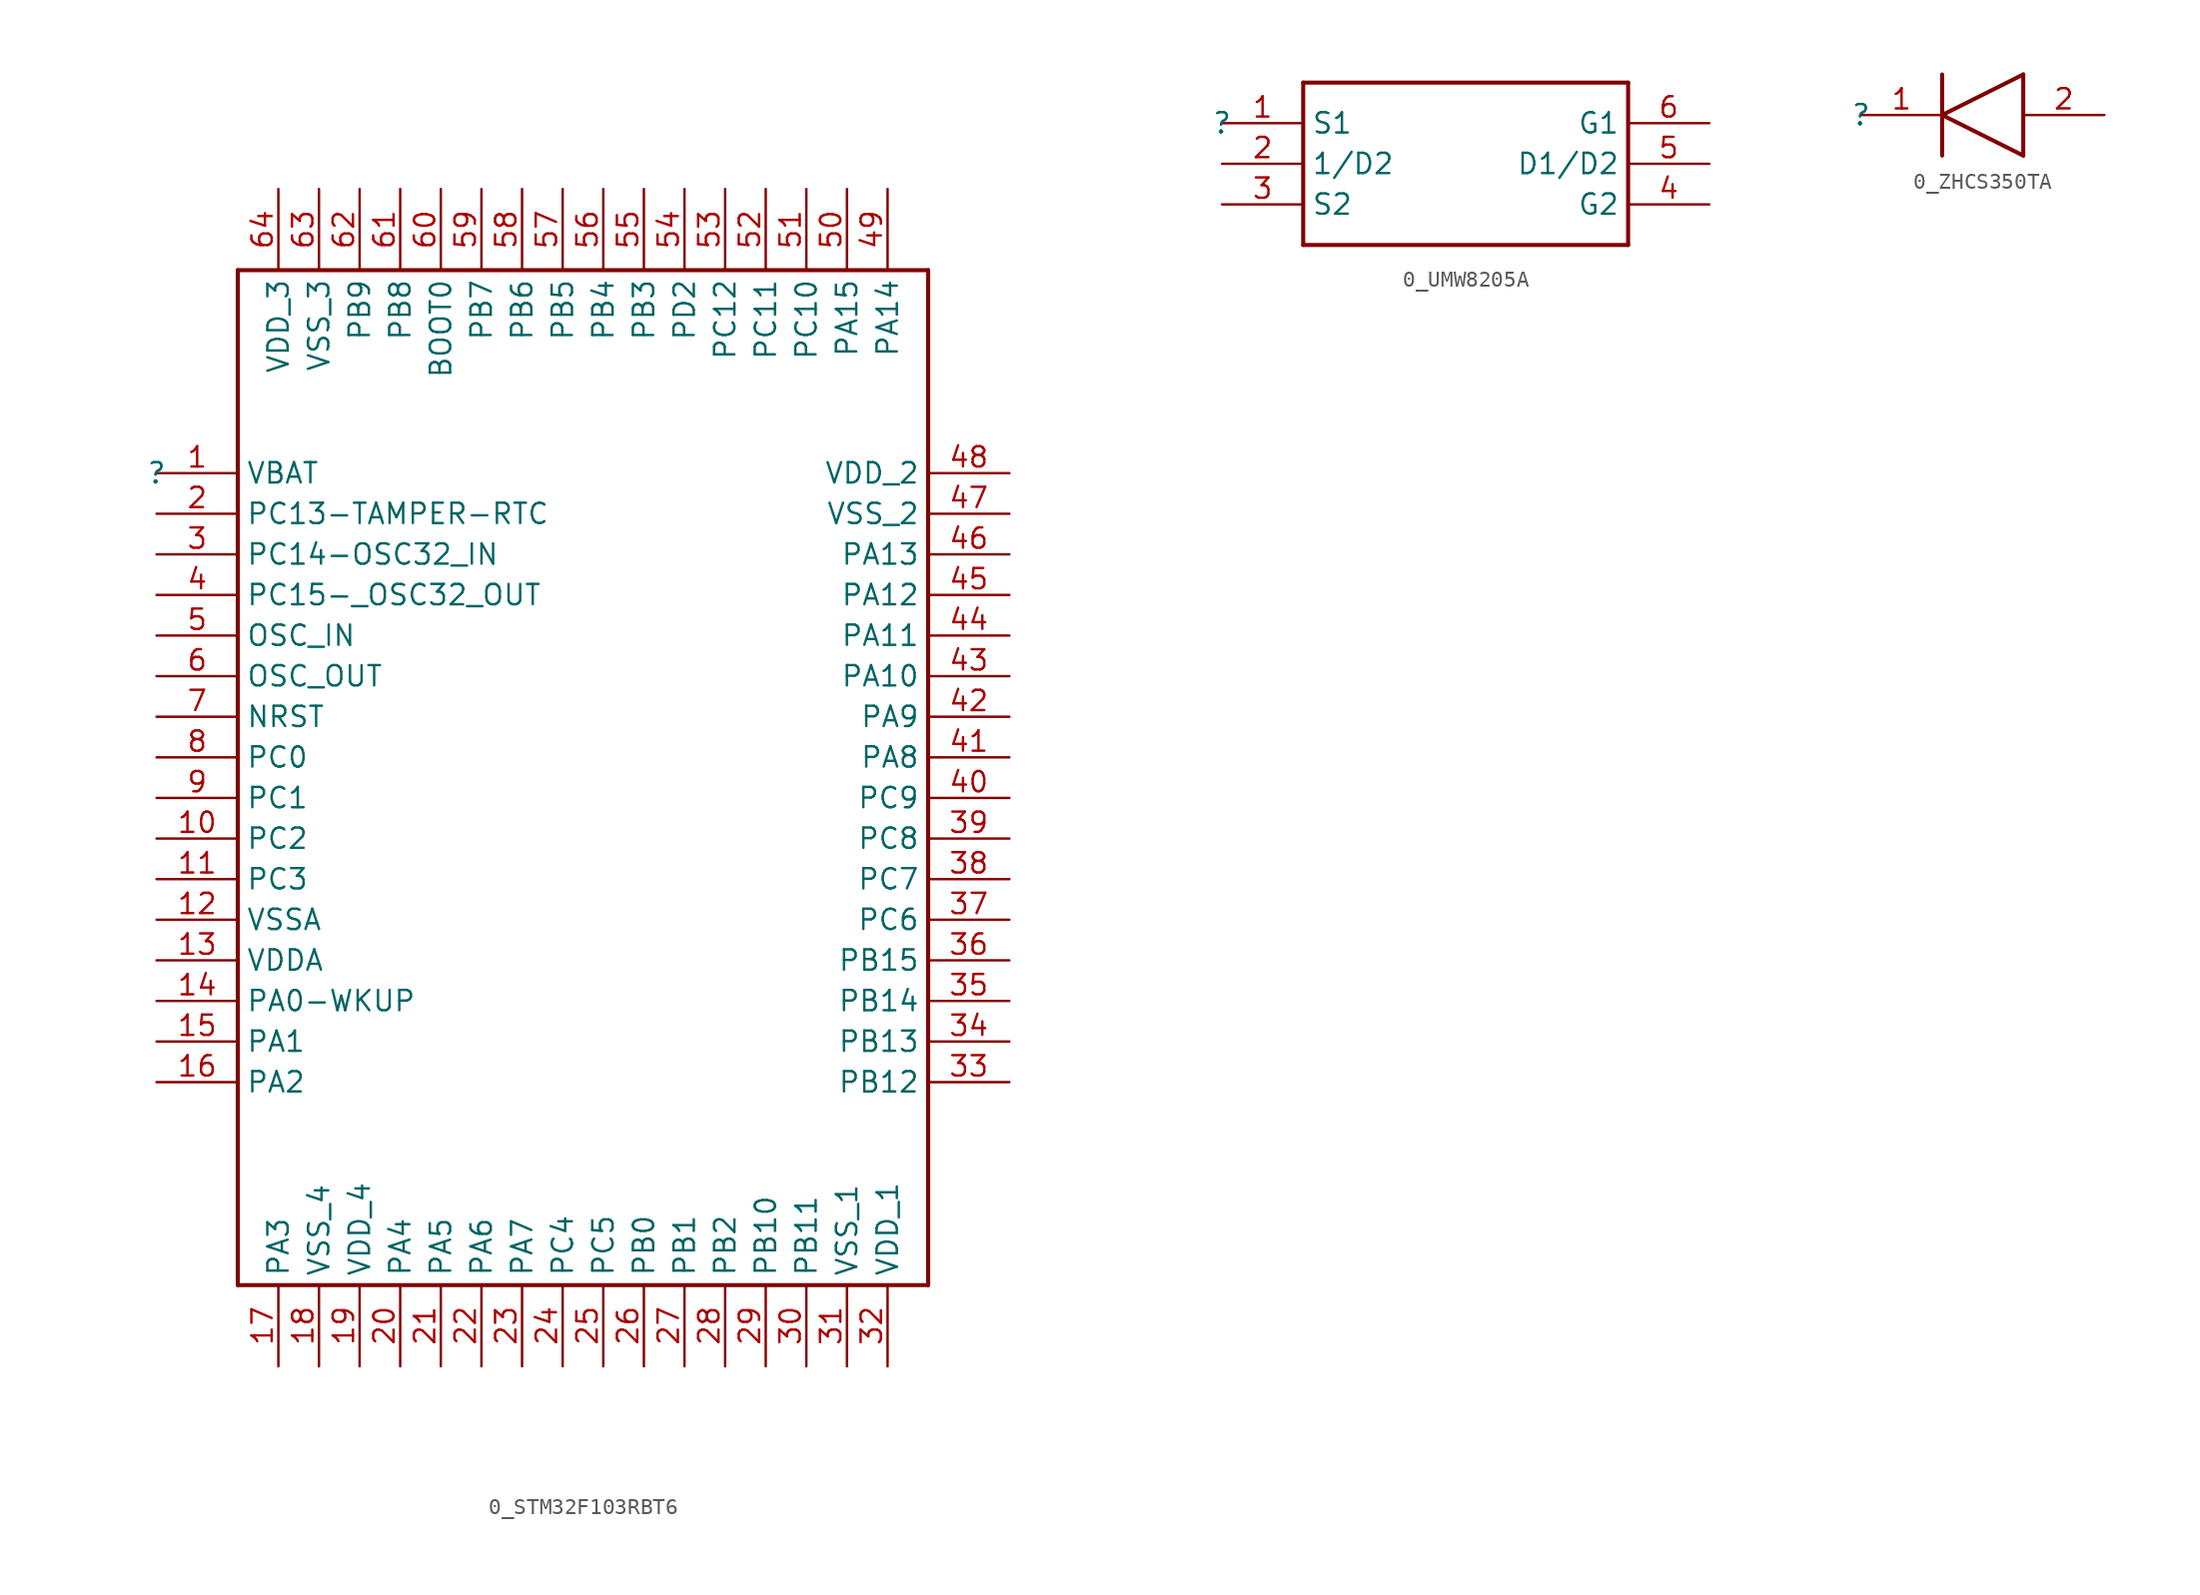
<source format=kicad_sym>
(kicad_symbol_lib
  (version 20220914)
  (generator kicad_symbol_editor)
  (symbol "0_STM32F103RBT6"
    (property "Reference" ""
      (at 0 0 0)
      (effects (font (size 1.27 1.27))))
    (property "Value" ""
      (at 0 0 0)
      (effects (font (size 1.27 1.27))))
    (symbol "0_STM32F103RBT6_1_0"
      (polyline (pts (xy 5.08 -50.8) (xy 5.08 12.7)) (stroke (width 0.254) (type solid) (color 128 0 0 1)) (fill (type none)))
      (polyline (pts (xy 5.08 -50.8) (xy 48.26 -50.8)) (stroke (width 0.254) (type solid) (color 128 0 0 1)) (fill (type none)))
      (polyline (pts (xy 48.26 12.7) (xy 5.08 12.7)) (stroke (width 0.254) (type solid) (color 128 0 0 1)) (fill (type none)))
      (polyline (pts (xy 48.26 12.7) (xy 48.26 -50.8)) (stroke (width 0.254) (type solid) (color 128 0 0 1)) (fill (type none)))
      (pin bidirectional line (at 0 0 0) (length 5.08) (name "VBAT" (effects (font (size 1.27 1.27)))) (number "1" (effects (font (size 1.27 1.27)))))
      (pin bidirectional line (at 0 -22.86 0) (length 5.08) (name "PC2" (effects (font (size 1.27 1.27)))) (number "10" (effects (font (size 1.27 1.27)))))
      (pin bidirectional line (at 0 -25.4 0) (length 5.08) (name "PC3" (effects (font (size 1.27 1.27)))) (number "11" (effects (font (size 1.27 1.27)))))
      (pin bidirectional line (at 0 -27.94 0) (length 5.08) (name "VSSA" (effects (font (size 1.27 1.27)))) (number "12" (effects (font (size 1.27 1.27)))))
      (pin bidirectional line (at 0 -30.48 0) (length 5.08) (name "VDDA" (effects (font (size 1.27 1.27)))) (number "13" (effects (font (size 1.27 1.27)))))
      (pin bidirectional line (at 0 -33.02 0) (length 5.08) (name "PA0-WKUP" (effects (font (size 1.27 1.27)))) (number "14" (effects (font (size 1.27 1.27)))))
      (pin bidirectional line (at 0 -35.56 0) (length 5.08) (name "PA1" (effects (font (size 1.27 1.27)))) (number "15" (effects (font (size 1.27 1.27)))))
      (pin bidirectional line (at 0 -38.1 0) (length 5.08) (name "PA2" (effects (font (size 1.27 1.27)))) (number "16" (effects (font (size 1.27 1.27)))))
      (pin bidirectional line (at 7.62 -55.88 90) (length 5.08) (name "PA3" (effects (font (size 1.27 1.27)))) (number "17" (effects (font (size 1.27 1.27)))))
      (pin bidirectional line (at 10.16 -55.88 90) (length 5.08) (name "VSS_4" (effects (font (size 1.27 1.27)))) (number "18" (effects (font (size 1.27 1.27)))))
      (pin bidirectional line (at 12.7 -55.88 90) (length 5.08) (name "VDD_4" (effects (font (size 1.27 1.27)))) (number "19" (effects (font (size 1.27 1.27)))))
      (pin bidirectional line (at 0 -2.54 0) (length 5.08) (name "PC13-TAMPER-RTC" (effects (font (size 1.27 1.27)))) (number "2" (effects (font (size 1.27 1.27)))))
      (pin bidirectional line (at 15.24 -55.88 90) (length 5.08) (name "PA4" (effects (font (size 1.27 1.27)))) (number "20" (effects (font (size 1.27 1.27)))))
      (pin bidirectional line (at 17.78 -55.88 90) (length 5.08) (name "PA5" (effects (font (size 1.27 1.27)))) (number "21" (effects (font (size 1.27 1.27)))))
      (pin bidirectional line (at 20.32 -55.88 90) (length 5.08) (name "PA6" (effects (font (size 1.27 1.27)))) (number "22" (effects (font (size 1.27 1.27)))))
      (pin bidirectional line (at 22.86 -55.88 90) (length 5.08) (name "PA7" (effects (font (size 1.27 1.27)))) (number "23" (effects (font (size 1.27 1.27)))))
      (pin bidirectional line (at 25.4 -55.88 90) (length 5.08) (name "PC4" (effects (font (size 1.27 1.27)))) (number "24" (effects (font (size 1.27 1.27)))))
      (pin bidirectional line (at 27.94 -55.88 90) (length 5.08) (name "PC5" (effects (font (size 1.27 1.27)))) (number "25" (effects (font (size 1.27 1.27)))))
      (pin bidirectional line (at 30.48 -55.88 90) (length 5.08) (name "PB0" (effects (font (size 1.27 1.27)))) (number "26" (effects (font (size 1.27 1.27)))))
      (pin bidirectional line (at 33.02 -55.88 90) (length 5.08) (name "PB1" (effects (font (size 1.27 1.27)))) (number "27" (effects (font (size 1.27 1.27)))))
      (pin bidirectional line (at 35.56 -55.88 90) (length 5.08) (name "PB2" (effects (font (size 1.27 1.27)))) (number "28" (effects (font (size 1.27 1.27)))))
      (pin bidirectional line (at 38.1 -55.88 90) (length 5.08) (name "PB10" (effects (font (size 1.27 1.27)))) (number "29" (effects (font (size 1.27 1.27)))))
      (pin bidirectional line (at 0 -5.08 0) (length 5.08) (name "PC14-OSC32_IN" (effects (font (size 1.27 1.27)))) (number "3" (effects (font (size 1.27 1.27)))))
      (pin bidirectional line (at 40.64 -55.88 90) (length 5.08) (name "PB11" (effects (font (size 1.27 1.27)))) (number "30" (effects (font (size 1.27 1.27)))))
      (pin bidirectional line (at 43.18 -55.88 90) (length 5.08) (name "VSS_1" (effects (font (size 1.27 1.27)))) (number "31" (effects (font (size 1.27 1.27)))))
      (pin bidirectional line (at 45.72 -55.88 90) (length 5.08) (name "VDD_1" (effects (font (size 1.27 1.27)))) (number "32" (effects (font (size 1.27 1.27)))))
      (pin bidirectional line (at 53.34 -38.1 180) (length 5.08) (name "PB12" (effects (font (size 1.27 1.27)))) (number "33" (effects (font (size 1.27 1.27)))))
      (pin bidirectional line (at 53.34 -35.56 180) (length 5.08) (name "PB13" (effects (font (size 1.27 1.27)))) (number "34" (effects (font (size 1.27 1.27)))))
      (pin bidirectional line (at 53.34 -33.02 180) (length 5.08) (name "PB14" (effects (font (size 1.27 1.27)))) (number "35" (effects (font (size 1.27 1.27)))))
      (pin bidirectional line (at 53.34 -30.48 180) (length 5.08) (name "PB15" (effects (font (size 1.27 1.27)))) (number "36" (effects (font (size 1.27 1.27)))))
      (pin bidirectional line (at 53.34 -27.94 180) (length 5.08) (name "PC6" (effects (font (size 1.27 1.27)))) (number "37" (effects (font (size 1.27 1.27)))))
      (pin bidirectional line (at 53.34 -25.4 180) (length 5.08) (name "PC7" (effects (font (size 1.27 1.27)))) (number "38" (effects (font (size 1.27 1.27)))))
      (pin bidirectional line (at 53.34 -22.86 180) (length 5.08) (name "PC8" (effects (font (size 1.27 1.27)))) (number "39" (effects (font (size 1.27 1.27)))))
      (pin bidirectional line (at 0 -7.62 0) (length 5.08) (name "PC15-_OSC32_OUT" (effects (font (size 1.27 1.27)))) (number "4" (effects (font (size 1.27 1.27)))))
      (pin bidirectional line (at 53.34 -20.32 180) (length 5.08) (name "PC9" (effects (font (size 1.27 1.27)))) (number "40" (effects (font (size 1.27 1.27)))))
      (pin bidirectional line (at 53.34 -17.78 180) (length 5.08) (name "PA8" (effects (font (size 1.27 1.27)))) (number "41" (effects (font (size 1.27 1.27)))))
      (pin bidirectional line (at 53.34 -15.24 180) (length 5.08) (name "PA9" (effects (font (size 1.27 1.27)))) (number "42" (effects (font (size 1.27 1.27)))))
      (pin bidirectional line (at 53.34 -12.7 180) (length 5.08) (name "PA10" (effects (font (size 1.27 1.27)))) (number "43" (effects (font (size 1.27 1.27)))))
      (pin bidirectional line (at 53.34 -10.16 180) (length 5.08) (name "PA11" (effects (font (size 1.27 1.27)))) (number "44" (effects (font (size 1.27 1.27)))))
      (pin bidirectional line (at 53.34 -7.62 180) (length 5.08) (name "PA12" (effects (font (size 1.27 1.27)))) (number "45" (effects (font (size 1.27 1.27)))))
      (pin bidirectional line (at 53.34 -5.08 180) (length 5.08) (name "PA13" (effects (font (size 1.27 1.27)))) (number "46" (effects (font (size 1.27 1.27)))))
      (pin bidirectional line (at 53.34 -2.54 180) (length 5.08) (name "VSS_2" (effects (font (size 1.27 1.27)))) (number "47" (effects (font (size 1.27 1.27)))))
      (pin bidirectional line (at 53.34 0 180) (length 5.08) (name "VDD_2" (effects (font (size 1.27 1.27)))) (number "48" (effects (font (size 1.27 1.27)))))
      (pin bidirectional line (at 45.72 17.78 270) (length 5.08) (name "PA14" (effects (font (size 1.27 1.27)))) (number "49" (effects (font (size 1.27 1.27)))))
      (pin bidirectional line (at 0 -10.16 0) (length 5.08) (name "OSC_IN" (effects (font (size 1.27 1.27)))) (number "5" (effects (font (size 1.27 1.27)))))
      (pin bidirectional line (at 43.18 17.78 270) (length 5.08) (name "PA15" (effects (font (size 1.27 1.27)))) (number "50" (effects (font (size 1.27 1.27)))))
      (pin bidirectional line (at 40.64 17.78 270) (length 5.08) (name "PC10" (effects (font (size 1.27 1.27)))) (number "51" (effects (font (size 1.27 1.27)))))
      (pin bidirectional line (at 38.1 17.78 270) (length 5.08) (name "PC11" (effects (font (size 1.27 1.27)))) (number "52" (effects (font (size 1.27 1.27)))))
      (pin bidirectional line (at 35.56 17.78 270) (length 5.08) (name "PC12" (effects (font (size 1.27 1.27)))) (number "53" (effects (font (size 1.27 1.27)))))
      (pin bidirectional line (at 33.02 17.78 270) (length 5.08) (name "PD2" (effects (font (size 1.27 1.27)))) (number "54" (effects (font (size 1.27 1.27)))))
      (pin bidirectional line (at 30.48 17.78 270) (length 5.08) (name "PB3" (effects (font (size 1.27 1.27)))) (number "55" (effects (font (size 1.27 1.27)))))
      (pin bidirectional line (at 27.94 17.78 270) (length 5.08) (name "PB4" (effects (font (size 1.27 1.27)))) (number "56" (effects (font (size 1.27 1.27)))))
      (pin bidirectional line (at 25.4 17.78 270) (length 5.08) (name "PB5" (effects (font (size 1.27 1.27)))) (number "57" (effects (font (size 1.27 1.27)))))
      (pin bidirectional line (at 22.86 17.78 270) (length 5.08) (name "PB6" (effects (font (size 1.27 1.27)))) (number "58" (effects (font (size 1.27 1.27)))))
      (pin bidirectional line (at 20.32 17.78 270) (length 5.08) (name "PB7" (effects (font (size 1.27 1.27)))) (number "59" (effects (font (size 1.27 1.27)))))
      (pin bidirectional line (at 0 -12.7 0) (length 5.08) (name "OSC_OUT" (effects (font (size 1.27 1.27)))) (number "6" (effects (font (size 1.27 1.27)))))
      (pin bidirectional line (at 17.78 17.78 270) (length 5.08) (name "BOOT0" (effects (font (size 1.27 1.27)))) (number "60" (effects (font (size 1.27 1.27)))))
      (pin bidirectional line (at 15.24 17.78 270) (length 5.08) (name "PB8" (effects (font (size 1.27 1.27)))) (number "61" (effects (font (size 1.27 1.27)))))
      (pin bidirectional line (at 12.7 17.78 270) (length 5.08) (name "PB9" (effects (font (size 1.27 1.27)))) (number "62" (effects (font (size 1.27 1.27)))))
      (pin bidirectional line (at 10.16 17.78 270) (length 5.08) (name "VSS_3" (effects (font (size 1.27 1.27)))) (number "63" (effects (font (size 1.27 1.27)))))
      (pin bidirectional line (at 7.62 17.78 270) (length 5.08) (name "VDD_3" (effects (font (size 1.27 1.27)))) (number "64" (effects (font (size 1.27 1.27)))))
      (pin bidirectional line (at 0 -15.24 0) (length 5.08) (name "NRST" (effects (font (size 1.27 1.27)))) (number "7" (effects (font (size 1.27 1.27)))))
      (pin bidirectional line (at 0 -17.78 0) (length 5.08) (name "PC0" (effects (font (size 1.27 1.27)))) (number "8" (effects (font (size 1.27 1.27)))))
      (pin bidirectional line (at 0 -20.32 0) (length 5.08) (name "PC1" (effects (font (size 1.27 1.27)))) (number "9" (effects (font (size 1.27 1.27)))))))
  (symbol "0_UMW8205A"
    (property "Reference" ""
      (at 0 0 0)
      (effects (font (size 1.27 1.27))))
    (property "Value" ""
      (at 0 0 0)
      (effects (font (size 1.27 1.27))))
    (symbol "0_UMW8205A_1_0"
      (polyline (pts (xy 5.08 -7.62) (xy 5.08 2.54)) (stroke (width 0.254) (type solid) (color 128 0 0 1)) (fill (type none)))
      (polyline (pts (xy 5.08 -7.62) (xy 25.4 -7.62)) (stroke (width 0.254) (type solid) (color 128 0 0 1)) (fill (type none)))
      (polyline (pts (xy 25.4 2.54) (xy 5.08 2.54)) (stroke (width 0.254) (type solid) (color 128 0 0 1)) (fill (type none)))
      (polyline (pts (xy 25.4 2.54) (xy 25.4 -7.62)) (stroke (width 0.254) (type solid) (color 128 0 0 1)) (fill (type none)))
      (pin bidirectional line (at 0 0 0) (length 5.08) (name "S1" (effects (font (size 1.27 1.27)))) (number "1" (effects (font (size 1.27 1.27)))))
      (pin bidirectional line (at 0 -2.54 0) (length 5.08) (name "1/D2" (effects (font (size 1.27 1.27)))) (number "2" (effects (font (size 1.27 1.27)))))
      (pin bidirectional line (at 0 -5.08 0) (length 5.08) (name "S2" (effects (font (size 1.27 1.27)))) (number "3" (effects (font (size 1.27 1.27)))))
      (pin bidirectional line (at 30.48 -5.08 180) (length 5.08) (name "G2" (effects (font (size 1.27 1.27)))) (number "4" (effects (font (size 1.27 1.27)))))
      (pin bidirectional line (at 30.48 -2.54 180) (length 5.08) (name "D1/D2" (effects (font (size 1.27 1.27)))) (number "5" (effects (font (size 1.27 1.27)))))
      (pin bidirectional line (at 30.48 0 180) (length 5.08) (name "G1" (effects (font (size 1.27 1.27)))) (number "6" (effects (font (size 1.27 1.27)))))))
  (symbol "0_ZHCS350TA"
    (property "Reference" ""
      (at 0 0 0)
      (effects (font (size 1.27 1.27))))
    (property "Value" ""
      (at 0 0 0)
      (effects (font (size 1.27 1.27))))
    (symbol "0_ZHCS350TA_1_0"
      (polyline (pts (xy 5.08 -2.54) (xy 5.08 2.54)) (stroke (width 0.254) (type solid) (color 128 0 0 1)) (fill (type none)))
      (polyline (pts (xy 5.08 0) (xy 10.16 -2.54)) (stroke (width 0.254) (type solid) (color 128 0 0 1)) (fill (type none)))
      (polyline (pts (xy 10.16 2.54) (xy 5.08 0)) (stroke (width 0.254) (type solid) (color 128 0 0 1)) (fill (type none)))
      (polyline (pts (xy 10.16 2.54) (xy 10.16 -2.54)) (stroke (width 0.254) (type solid) (color 128 0 0 1)) (fill (type none)))
      (pin bidirectional line (at 0 0 0) (length 5.08) (name "K" (effects (font (size 0 0)))) (number "1" (effects (font (size 1.27 1.27)))))
      (pin bidirectional line (at 15.24 0 180) (length 5.08) (name "A" (effects (font (size 0 0)))) (number "2" (effects (font (size 1.27 1.27))))))))
</source>
